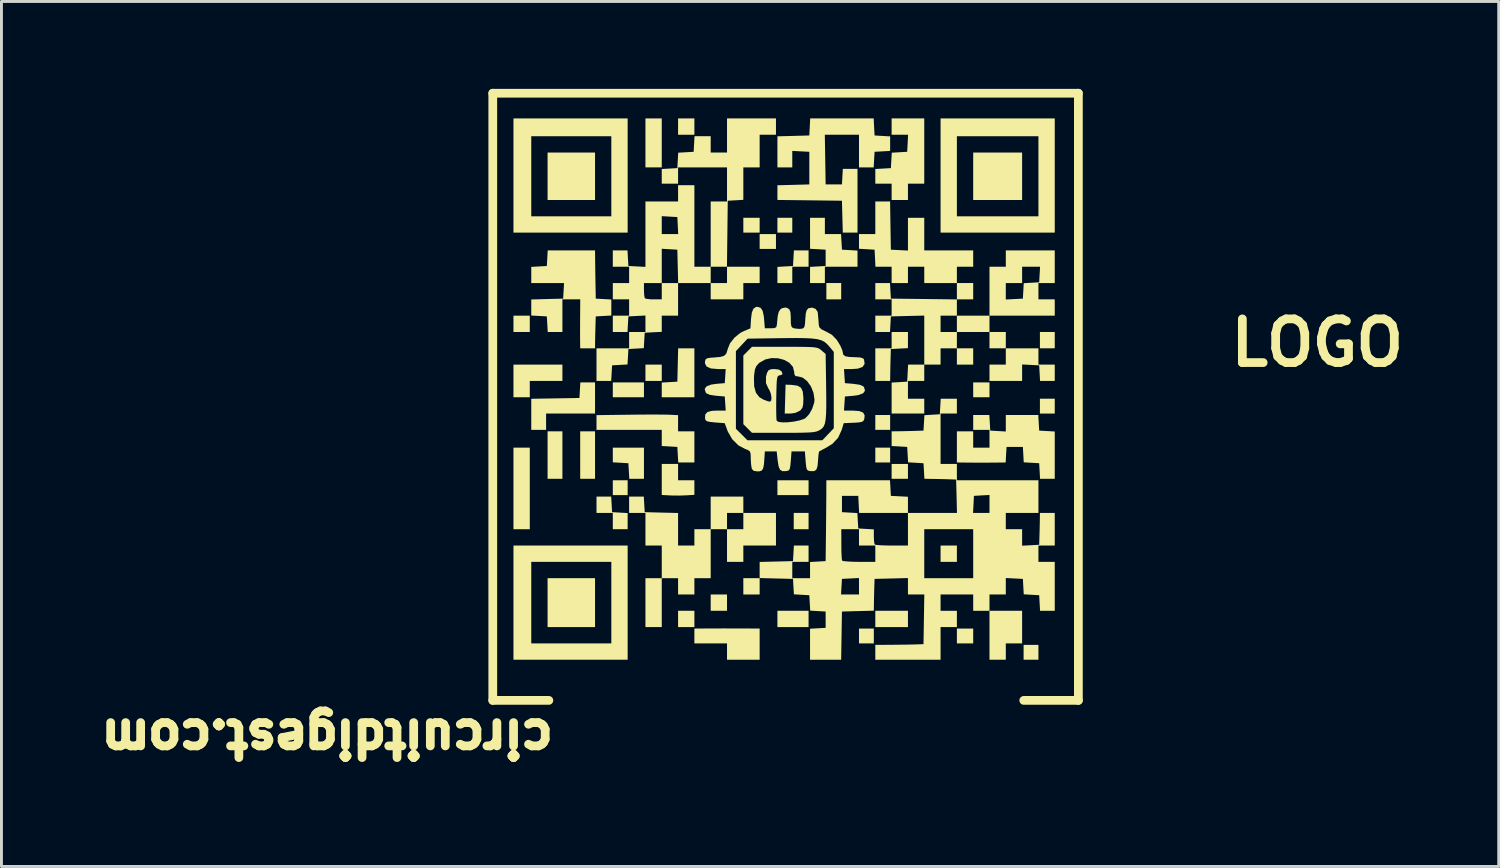
<source format=kicad_pcb>
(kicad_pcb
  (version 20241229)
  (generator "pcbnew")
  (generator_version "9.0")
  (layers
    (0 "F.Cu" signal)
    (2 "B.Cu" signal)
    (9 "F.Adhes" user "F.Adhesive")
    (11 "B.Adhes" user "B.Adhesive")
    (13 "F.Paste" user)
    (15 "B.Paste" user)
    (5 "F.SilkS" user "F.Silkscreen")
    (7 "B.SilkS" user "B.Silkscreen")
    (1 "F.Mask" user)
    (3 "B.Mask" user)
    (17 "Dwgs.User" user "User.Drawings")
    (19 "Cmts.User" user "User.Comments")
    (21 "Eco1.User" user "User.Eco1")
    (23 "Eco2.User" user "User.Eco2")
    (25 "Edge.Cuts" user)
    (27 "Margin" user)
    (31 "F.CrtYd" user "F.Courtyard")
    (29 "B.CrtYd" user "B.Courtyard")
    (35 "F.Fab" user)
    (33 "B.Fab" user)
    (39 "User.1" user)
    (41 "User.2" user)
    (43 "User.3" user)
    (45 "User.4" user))
  (footprint "LOGO"
    (layer "F.Cu")
    (at 23.889 10.89)
    (property "Reference" "LOGO" (at 18.275 -2.173 0) (layer "F.SilkS") (effects (font (size 1.5 1.5) (thickness 0.3))))
    (attr board_only exclude_from_pos_files exclude_from_bom)
    (fp_line (start -10.025 -10.74) (end -10.025 10.1) (stroke (width 0.3) (type solid)) (layer "F.SilkS"))
    (fp_line (start -10.025 -10.74) (end 10.075 -10.74) (stroke (width 0.3) (type solid)) (layer "F.SilkS"))
    (fp_line (start -10.025 10.1) (end -8.1 10.1) (stroke (width 0.3) (type solid)) (layer "F.SilkS"))
    (fp_line (start 10.075 -10.74) (end 10.075 10.1) (stroke (width 0.3) (type solid)) (layer "F.SilkS"))
    (fp_line (start 10.075 10.1) (end 8.2 10.1) (stroke (width 0.3) (type solid)) (layer "F.SilkS"))
    (fp_poly (pts (xy -8.755 -2.825) (xy -8.755 -2.545) (xy -9.035 -2.545) (xy -9.315 -2.545) (xy -9.315 -2.825) (xy -9.315 -3.105) (xy -9.035 -3.105) (xy -8.755 -3.105)) (stroke (width 0) (type solid)) (fill yes) (layer "F.SilkS"))
    (fp_poly (pts (xy -8.755 2.825) (xy -8.755 4.225) (xy -9.035 4.225) (xy -9.315 4.225) (xy -9.315 2.825) (xy -9.315 1.425) (xy -9.035 1.425) (xy -8.755 1.425)) (stroke (width 0) (type solid)) (fill yes) (layer "F.SilkS"))
    (fp_poly (pts (xy -7.635 1.68) (xy -7.635 2.494) (xy -7.89 2.494) (xy -8.144 2.494) (xy -8.144 1.68) (xy -8.144 0.865) (xy -7.89 0.865) (xy -7.635 0.865)) (stroke (width 0) (type solid)) (fill yes) (layer "F.SilkS"))
    (fp_poly (pts (xy -6.515 -7.89) (xy -6.515 -7.075) (xy -7.33 -7.075) (xy -8.144 -7.075) (xy -8.144 -7.89) (xy -8.144 -8.704) (xy -7.33 -8.704) (xy -6.515 -8.704)) (stroke (width 0) (type solid)) (fill yes) (layer "F.SilkS"))
    (fp_poly (pts (xy -6.515 1.68) (xy -6.515 2.494) (xy -6.77 2.494) (xy -7.024 2.494) (xy -7.024 1.68) (xy -7.024 0.865) (xy -6.77 0.865) (xy -6.515 0.865)) (stroke (width 0) (type solid)) (fill yes) (layer "F.SilkS"))
    (fp_poly (pts (xy -6.515 6.744) (xy -6.515 7.584) (xy -7.33 7.584) (xy -8.144 7.584) (xy -8.144 6.744) (xy -8.144 5.905) (xy -7.33 5.905) (xy -6.515 5.905)) (stroke (width 0) (type solid)) (fill yes) (layer "F.SilkS"))
    (fp_poly (pts (xy -5.396 2.8) (xy -5.396 3.054) (xy -5.65 3.054) (xy -5.905 3.054) (xy -5.905 2.8) (xy -5.905 2.545) (xy -5.65 2.545) (xy -5.396 2.545)) (stroke (width 0) (type solid)) (fill yes) (layer "F.SilkS"))
    (fp_poly (pts (xy -4.836 -0.56) (xy -4.836 -0.305) (xy -5.37 -0.305) (xy -5.905 -0.305) (xy -5.905 -0.56) (xy -5.905 -0.814) (xy -5.37 -0.814) (xy -4.836 -0.814)) (stroke (width 0) (type solid)) (fill yes) (layer "F.SilkS"))
    (fp_poly (pts (xy -4.225 -9.035) (xy -4.225 -8.195) (xy -4.505 -8.195) (xy -4.785 -8.195) (xy -4.785 -9.035) (xy -4.785 -9.875) (xy -4.505 -9.875) (xy -4.225 -9.875)) (stroke (width 0) (type solid)) (fill yes) (layer "F.SilkS"))
    (fp_poly (pts (xy -4.225 -1.145) (xy -4.225 -0.865) (xy -4.505 -0.865) (xy -4.785 -0.865) (xy -4.785 -1.145) (xy -4.785 -1.425) (xy -4.505 -1.425) (xy -4.225 -1.425)) (stroke (width 0) (type solid)) (fill yes) (layer "F.SilkS"))
    (fp_poly (pts (xy -3.105 -9.595) (xy -3.105 -9.315) (xy -3.385 -9.315) (xy -3.665 -9.315) (xy -3.665 -9.595) (xy -3.665 -9.875) (xy -3.385 -9.875) (xy -3.105 -9.875)) (stroke (width 0) (type solid)) (fill yes) (layer "F.SilkS"))
    (fp_poly (pts (xy -3.105 7.304) (xy -3.105 7.584) (xy -3.385 7.584) (xy -3.665 7.584) (xy -3.665 7.304) (xy -3.665 7.024) (xy -3.385 7.024) (xy -3.105 7.024)) (stroke (width 0) (type solid)) (fill yes) (layer "F.SilkS"))
    (fp_poly (pts (xy -1.985 6.744) (xy -1.985 7.024) (xy -2.265 7.024) (xy -2.545 7.024) (xy -2.545 6.744) (xy -2.545 6.465) (xy -2.265 6.465) (xy -1.985 6.465)) (stroke (width 0) (type solid)) (fill yes) (layer "F.SilkS"))
    (fp_poly (pts (xy -0.865 -6.21) (xy -0.865 -5.956) (xy -1.145 -5.956) (xy -1.425 -5.956) (xy -1.425 -6.21) (xy -1.425 -6.465) (xy -1.145 -6.465) (xy -0.865 -6.465)) (stroke (width 0) (type solid)) (fill yes) (layer "F.SilkS"))
    (fp_poly (pts (xy -0.865 6.183) (xy -0.865 6.465) (xy -1.145 6.465) (xy -1.425 6.465) (xy -1.425 6.185) (xy -1.425 5.905) (xy -1.145 5.905) (xy -0.865 5.905)) (stroke (width 0) (type solid)) (fill yes) (layer "F.SilkS"))
    (fp_poly (pts (xy -0.305 -5.65) (xy -0.305 -5.396) (xy -0.585 -5.396) (xy -0.865 -5.396) (xy -0.865 -5.65) (xy -0.865 -5.905) (xy -0.585 -5.905) (xy -0.305 -5.905)) (stroke (width 0) (type solid)) (fill yes) (layer "F.SilkS"))
    (fp_poly (pts (xy 0.255 -6.21) (xy 0.255 -5.956) (xy 0 -5.956) (xy -0.255 -5.956) (xy -0.255 -6.21) (xy -0.255 -6.465) (xy 0 -6.465) (xy 0.255 -6.465)) (stroke (width 0) (type solid)) (fill yes) (layer "F.SilkS"))
    (fp_poly (pts (xy 0.814 2.8) (xy 0.814 3.054) (xy 0.28 3.054) (xy -0.255 3.054) (xy -0.255 2.8) (xy -0.255 2.545) (xy 0.28 2.545) (xy 0.814 2.545)) (stroke (width 0) (type solid)) (fill yes) (layer "F.SilkS"))
    (fp_poly (pts (xy 0.814 3.945) (xy 0.814 4.225) (xy 0.56 4.225) (xy 0.305 4.225) (xy 0.305 3.945) (xy 0.305 3.665) (xy 0.56 3.665) (xy 0.814 3.665)) (stroke (width 0) (type solid)) (fill yes) (layer "F.SilkS"))
    (fp_poly (pts (xy 0.814 7.304) (xy 0.814 7.584) (xy 0.28 7.584) (xy -0.255 7.584) (xy -0.255 7.304) (xy -0.255 7.024) (xy 0.28 7.024) (xy 0.814 7.024)) (stroke (width 0) (type solid)) (fill yes) (layer "F.SilkS"))
    (fp_poly (pts (xy 1.934 -3.945) (xy 1.934 -3.665) (xy 1.68 -3.665) (xy 1.425 -3.665) (xy 1.425 -3.945) (xy 1.425 -4.225) (xy 1.68 -4.225) (xy 1.934 -4.225)) (stroke (width 0) (type solid)) (fill yes) (layer "F.SilkS"))
    (fp_poly (pts (xy 3.054 7.89) (xy 3.054 8.144) (xy 2.8 8.144) (xy 2.545 8.144) (xy 2.545 7.89) (xy 2.545 7.635) (xy 2.8 7.635) (xy 3.054 7.635)) (stroke (width 0) (type solid)) (fill yes) (layer "F.SilkS"))
    (fp_poly (pts (xy 3.614 0.56) (xy 3.614 0.814) (xy 3.36 0.814) (xy 3.105 0.814) (xy 3.105 0.56) (xy 3.105 0.305) (xy 3.36 0.305) (xy 3.614 0.305)) (stroke (width 0) (type solid)) (fill yes) (layer "F.SilkS"))
    (fp_poly (pts (xy 3.614 1.68) (xy 3.614 1.934) (xy 3.36 1.934) (xy 3.105 1.934) (xy 3.105 1.68) (xy 3.105 1.425) (xy 3.36 1.425) (xy 3.614 1.425)) (stroke (width 0) (type solid)) (fill yes) (layer "F.SilkS"))
    (fp_poly (pts (xy 4.225 2.24) (xy 4.225 2.494) (xy 3.945 2.494) (xy 3.665 2.494) (xy 3.665 2.24) (xy 3.665 1.985) (xy 3.945 1.985) (xy 4.225 1.985)) (stroke (width 0) (type solid)) (fill yes) (layer "F.SilkS"))
    (fp_poly (pts (xy 4.225 7.304) (xy 4.225 7.584) (xy 3.665 7.584) (xy 3.105 7.584) (xy 3.105 7.304) (xy 3.105 7.024) (xy 3.665 7.024) (xy 4.225 7.024)) (stroke (width 0) (type solid)) (fill yes) (layer "F.SilkS"))
    (fp_poly (pts (xy 5.905 5.065) (xy 5.905 5.345) (xy 5.625 5.345) (xy 5.345 5.345) (xy 5.345 5.065) (xy 5.345 4.785) (xy 5.625 4.785) (xy 5.905 4.785)) (stroke (width 0) (type solid)) (fill yes) (layer "F.SilkS"))
    (fp_poly (pts (xy 6.465 -3.945) (xy 6.465 -3.665) (xy 6.185 -3.665) (xy 5.905 -3.665) (xy 5.905 -3.944) (xy 5.905 -4.225) (xy 6.185 -4.225) (xy 6.465 -4.225)) (stroke (width 0) (type solid)) (fill yes) (layer "F.SilkS"))
    (fp_poly (pts (xy 6.465 -1.705) (xy 6.465 -1.425) (xy 6.185 -1.425) (xy 5.905 -1.425) (xy 5.905 -1.705) (xy 5.905 -1.985) (xy 6.185 -1.985) (xy 6.465 -1.985)) (stroke (width 0) (type solid)) (fill yes) (layer "F.SilkS"))
    (fp_poly (pts (xy 6.465 7.89) (xy 6.465 8.144) (xy 6.185 8.144) (xy 5.905 8.144) (xy 5.905 7.89) (xy 5.905 7.635) (xy 6.185 7.635) (xy 6.465 7.635)) (stroke (width 0) (type solid)) (fill yes) (layer "F.SilkS"))
    (fp_poly (pts (xy 7.024 -0.56) (xy 7.024 -0.305) (xy 6.744 -0.305) (xy 6.465 -0.305) (xy 6.465 -0.56) (xy 6.465 -0.814) (xy 6.744 -0.814) (xy 7.024 -0.814)) (stroke (width 0) (type solid)) (fill yes) (layer "F.SilkS"))
    (fp_poly (pts (xy 7.584 -2.265) (xy 7.584 -1.985) (xy 7.304 -1.985) (xy 7.024 -1.985) (xy 7.024 -2.265) (xy 7.024 -2.545) (xy 7.304 -2.545) (xy 7.584 -2.545)) (stroke (width 0) (type solid)) (fill yes) (layer "F.SilkS"))
    (fp_poly (pts (xy 8.144 -7.89) (xy 8.144 -7.075) (xy 7.304 -7.075) (xy 6.465 -7.075) (xy 6.465 -7.89) (xy 6.465 -8.704) (xy 7.304 -8.704) (xy 8.144 -8.704)) (stroke (width 0) (type solid)) (fill yes) (layer "F.SilkS"))
    (fp_poly (pts (xy 8.704 8.45) (xy 8.704 8.704) (xy 8.45 8.704) (xy 8.195 8.704) (xy 8.195 8.45) (xy 8.195 8.195) (xy 8.45 8.195) (xy 8.704 8.195)) (stroke (width 0) (type solid)) (fill yes) (layer "F.SilkS"))
    (fp_poly (pts (xy 9.264 -2.265) (xy 9.264 -1.985) (xy 9.01 -1.985) (xy 8.755 -1.985) (xy 8.755 -2.265) (xy 8.755 -2.545) (xy 9.01 -2.545) (xy 9.264 -2.545)) (stroke (width 0) (type solid)) (fill yes) (layer "F.SilkS"))
    (fp_poly (pts (xy 9.264 0) (xy 9.264 0.255) (xy 9.01 0.255) (xy 8.755 0.255) (xy 8.755 0) (xy 8.755 -0.255) (xy 9.01 -0.255) (xy 9.264 -0.255)) (stroke (width 0) (type solid)) (fill yes) (layer "F.SilkS"))
    (fp_poly (pts (xy -7.635 -1.145) (xy -7.635 -0.865) (xy -8.195 -0.865) (xy -8.755 -0.865) (xy -8.755 -0.585) (xy -8.755 -0.305) (xy -9.035 -0.305) (xy -9.315 -0.305) (xy -9.315 -0.865) (xy -9.315 -1.425) (xy -8.475 -1.425) (xy -7.635 -1.425)) (stroke (width 0) (type solid)) (fill yes) (layer "F.SilkS"))
    (fp_poly (pts (xy -4.836 1.96) (xy -4.836 2.494) (xy -5.088 2.494) (xy -5.339 2.494) (xy -5.355 2.227) (xy -5.37 1.96) (xy -5.637 1.944) (xy -5.905 1.929) (xy -5.905 1.677) (xy -5.905 1.425) (xy -5.37 1.425) (xy -4.836 1.425)) (stroke (width 0) (type solid)) (fill yes) (layer "F.SilkS"))
    (fp_poly (pts (xy -3.105 -1.145) (xy -3.105 -0.305) (xy -3.665 -0.305) (xy -4.225 -0.305) (xy -4.225 -0.557) (xy -4.225 -0.809) (xy -3.958 -0.824) (xy -3.69 -0.84) (xy -3.676 -1.413) (xy -3.662 -1.985) (xy -3.383 -1.985) (xy -3.105 -1.985)) (stroke (width 0) (type solid)) (fill yes) (layer "F.SilkS"))
    (fp_poly (pts (xy 8.144 7.584) (xy 8.144 8.144) (xy 7.864 8.144) (xy 7.584 8.144) (xy 7.584 8.424) (xy 7.584 8.704) (xy 7.304 8.704) (xy 7.024 8.704) (xy 7.024 7.864) (xy 7.024 7.024) (xy 7.584 7.024) (xy 8.144 7.024)) (stroke (width 0) (type solid)) (fill yes) (layer "F.SilkS"))
    (fp_poly (pts (xy -3.665 2.265) (xy -3.665 2.545) (xy -3.385 2.545) (xy -3.105 2.545) (xy -3.105 2.795) (xy -3.105 3.045) (xy -3.398 3.062) (xy -3.623 3.07) (xy -3.86 3.068) (xy -3.958 3.064) (xy -4.225 3.049) (xy -4.225 2.517) (xy -4.225 1.985) (xy -3.945 1.985) (xy -3.665 1.985)) (stroke (width 0) (type solid)) (fill yes) (layer "F.SilkS"))
    (fp_poly (pts (xy 0.25 -0.728) (xy 0.437 -0.701) (xy 0.554 -0.631) (xy 0.616 -0.499) (xy 0.636 -0.29) (xy 0.636 -0.248) (xy 0.63 -0.066) (xy 0.605 0.048) (xy 0.553 0.125) (xy 0.516 0.157) (xy 0.359 0.232) (xy 0.196 0.255) (xy -0.004 0.255) (xy 0.011 -0.242) (xy 0.025 -0.738)) (stroke (width 0) (type solid)) (fill yes) (layer "F.SilkS"))
    (fp_poly (pts (xy -6.515 -0.28) (xy -6.515 0.255) (xy -7.355 0.255) (xy -8.195 0.255) (xy -8.195 0.534) (xy -8.195 0.814) (xy -8.45 0.814) (xy -8.704 0.814) (xy -8.704 0.281) (xy -8.704 -0.252) (xy -7.877 -0.266) (xy -7.05 -0.28) (xy -7.035 -0.547) (xy -7.019 -0.814) (xy -6.767 -0.814) (xy -6.515 -0.814)) (stroke (width 0) (type solid)) (fill yes) (layer "F.SilkS"))
    (fp_poly (pts (xy -5.945 3.372) (xy -5.93 3.639) (xy -5.663 3.655) (xy -5.396 3.67) (xy -5.396 3.948) (xy -5.396 4.225) (xy -5.65 4.225) (xy -5.905 4.225) (xy -5.905 3.945) (xy -5.905 3.665) (xy -6.185 3.665) (xy -6.465 3.665) (xy -6.465 3.385) (xy -6.465 3.105) (xy -6.213 3.105) (xy -5.961 3.105)) (stroke (width 0) (type solid)) (fill yes) (layer "F.SilkS"))
    (fp_poly (pts (xy 0.814 -5.065) (xy 0.814 -4.785) (xy 0.534 -4.785) (xy 0.255 -4.785) (xy 0.255 -4.505) (xy 0.255 -4.225) (xy 0 -4.225) (xy -0.255 -4.225) (xy -0.255 -4.502) (xy -0.255 -4.779) (xy 0.013 -4.795) (xy 0.28 -4.81) (xy 0.295 -5.077) (xy 0.311 -5.345) (xy 0.563 -5.345) (xy 0.814 -5.345)) (stroke (width 0) (type solid)) (fill yes) (layer "F.SilkS"))
    (fp_poly (pts (xy -5.396 -7.915) (xy -5.396 -5.956) (xy -7.355 -5.956) (xy -9.315 -5.956) (xy -9.315 -7.915) (xy -9.315 -9.264) (xy -8.704 -9.264) (xy -8.704 -7.89) (xy -8.704 -6.515) (xy -7.33 -6.515) (xy -5.956 -6.515) (xy -5.956 -7.89) (xy -5.956 -9.264) (xy -7.33 -9.264) (xy -8.704 -9.264) (xy -9.315 -9.264) (xy -9.315 -9.875) (xy -7.355 -9.875) (xy -5.396 -9.875)) (stroke (width 0) (type solid)) (fill yes) (layer "F.SilkS"))
    (fp_poly (pts (xy -5.396 6.744) (xy -5.396 8.704) (xy -7.355 8.704) (xy -9.315 8.704) (xy -9.315 6.744) (xy -9.315 5.345) (xy -8.704 5.345) (xy -8.704 6.744) (xy -8.704 8.144) (xy -7.33 8.144) (xy -5.956 8.144) (xy -5.956 6.744) (xy -5.956 5.345) (xy -7.33 5.345) (xy -8.704 5.345) (xy -9.315 5.345) (xy -9.315 4.785) (xy -7.355 4.785) (xy -5.396 4.785)) (stroke (width 0) (type solid)) (fill yes) (layer "F.SilkS"))
    (fp_poly (pts (xy -1.789 7.631) (xy -1.495 7.631) (xy -1.25 7.632) (xy -1.133 7.633) (xy -0.865 7.635) (xy -0.865 8.17) (xy -0.865 8.704) (xy -1.425 8.704) (xy -1.985 8.704) (xy -1.985 8.424) (xy -1.985 8.144) (xy -2.545 8.144) (xy -3.105 8.144) (xy -3.105 7.89) (xy -3.105 7.635) (xy -2.863 7.633) (xy -2.671 7.632) (xy -2.408 7.631) (xy -2.104 7.63)) (stroke (width 0) (type solid)) (fill yes) (layer "F.SilkS"))
    (fp_poly (pts (xy 4.225 -2.268) (xy 4.225 -1.99) (xy 3.932 -1.975) (xy 3.639 -1.96) (xy 3.63 -1.68) (xy 3.624 -1.455) (xy 3.619 -1.217) (xy 3.618 -1.133) (xy 3.614 -0.865) (xy 3.36 -0.865) (xy 3.105 -0.865) (xy 3.105 -1.425) (xy 3.105 -1.985) (xy 3.385 -1.985) (xy 3.665 -1.985) (xy 3.665 -2.265) (xy 3.665 -2.545) (xy 3.945 -2.545) (xy 4.225 -2.545)) (stroke (width 0) (type solid)) (fill yes) (layer "F.SilkS"))
    (fp_poly (pts (xy 9.264 -7.915) (xy 9.264 -5.956) (xy 7.304 -5.956) (xy 5.345 -5.956) (xy 5.345 -7.915) (xy 5.345 -9.264) (xy 5.905 -9.264) (xy 5.905 -7.89) (xy 5.905 -6.515) (xy 7.304 -6.515) (xy 8.704 -6.515) (xy 8.704 -7.89) (xy 8.704 -9.264) (xy 7.304 -9.264) (xy 5.905 -9.264) (xy 5.345 -9.264) (xy 5.345 -9.875) (xy 7.304 -9.875) (xy 9.264 -9.875)) (stroke (width 0) (type solid)) (fill yes) (layer "F.SilkS"))
    (fp_poly (pts (xy 8.704 -1.705) (xy 8.704 -1.425) (xy 8.984 -1.425) (xy 9.264 -1.425) (xy 9.264 -1.145) (xy 9.264 -0.865) (xy 9.012 -0.865) (xy 8.76 -0.865) (xy 8.745 -1.133) (xy 8.73 -1.4) (xy 8.437 -1.415) (xy 8.144 -1.43) (xy 8.144 -1.148) (xy 8.144 -0.865) (xy 7.584 -0.865) (xy 7.024 -0.865) (xy 7.024 -1.145) (xy 7.024 -1.425) (xy 7.304 -1.425) (xy 7.584 -1.425) (xy 7.584 -1.705) (xy 7.584 -1.985) (xy 8.144 -1.985) (xy 8.704 -1.985)) (stroke (width 0) (type solid)) (fill yes) (layer "F.SilkS"))
    (fp_poly (pts (xy -4.147 0.291) (xy -3.985 0.294) (xy -3.958 0.295) (xy -3.665 0.31) (xy -3.665 0.588) (xy -3.665 0.865) (xy -3.385 0.865) (xy -3.105 0.865) (xy -3.105 1.4) (xy -3.105 1.934) (xy -3.382 1.934) (xy -3.66 1.934) (xy -3.675 1.667) (xy -3.69 1.4) (xy -3.958 1.384) (xy -4.225 1.369) (xy -4.225 1.092) (xy -4.225 0.814) (xy -5.345 0.814) (xy -6.465 0.814) (xy -6.465 0.562) (xy -6.465 0.309) (xy -5.357 0.295) (xy -5.011 0.291) (xy -4.68 0.289) (xy -4.386 0.289)) (stroke (width 0) (type solid)) (fill yes) (layer "F.SilkS"))
    (fp_poly (pts (xy 1.374 -6.185) (xy 1.374 -5.905) (xy 1.652 -5.905) (xy 1.929 -5.905) (xy 1.944 -5.637) (xy 1.96 -5.37) (xy 2.227 -5.355) (xy 2.494 -5.339) (xy 2.494 -5.062) (xy 2.494 -4.785) (xy 1.934 -4.785) (xy 1.374 -4.785) (xy 1.374 -4.505) (xy 1.374 -4.225) (xy 1.12 -4.225) (xy 0.865 -4.225) (xy 0.865 -4.502) (xy 0.865 -4.779) (xy 1.133 -4.795) (xy 1.4 -4.81) (xy 1.4 -5.09) (xy 1.4 -5.37) (xy 1.133 -5.386) (xy 0.865 -5.401) (xy 0.865 -5.933) (xy 0.865 -6.465) (xy 1.12 -6.465) (xy 1.374 -6.465)) (stroke (width 0) (type solid)) (fill yes) (layer "F.SilkS"))
    (fp_poly (pts (xy 4.785 -8.755) (xy 4.785 -7.635) (xy 4.505 -7.635) (xy 4.225 -7.635) (xy 4.225 -7.355) (xy 4.225 -7.075) (xy 3.945 -7.075) (xy 3.665 -7.075) (xy 3.665 -7.355) (xy 3.665 -7.635) (xy 3.385 -7.635) (xy 3.105 -7.635) (xy 3.105 -7.887) (xy 3.105 -8.139) (xy 3.372 -8.154) (xy 3.639 -8.17) (xy 3.655 -8.434) (xy 3.67 -8.699) (xy 3.935 -8.714) (xy 4.199 -8.73) (xy 4.215 -9.022) (xy 4.23 -9.315) (xy 3.947 -9.315) (xy 3.665 -9.315) (xy 3.665 -9.595) (xy 3.665 -9.875) (xy 4.225 -9.875) (xy 4.785 -9.875)) (stroke (width 0) (type solid)) (fill yes) (layer "F.SilkS"))
    (fp_poly (pts (xy 3.625 -6.197) (xy 3.639 -5.37) (xy 3.932 -5.355) (xy 4.225 -5.34) (xy 4.225 -5.902) (xy 4.225 -6.465) (xy 4.505 -6.465) (xy 4.785 -6.465) (xy 4.785 -5.905) (xy 4.785 -5.345) (xy 5.625 -5.345) (xy 6.465 -5.345) (xy 6.465 -5.065) (xy 6.465 -4.785) (xy 6.185 -4.785) (xy 5.905 -4.785) (xy 5.905 -4.505) (xy 5.905 -4.225) (xy 5.345 -4.225) (xy 4.785 -4.225) (xy 4.785 -4.505) (xy 4.785 -4.785) (xy 4.505 -4.785) (xy 4.225 -4.785) (xy 4.225 -4.505) (xy 4.225 -4.225) (xy 3.945 -4.225) (xy 3.665 -4.225) (xy 3.665 -4.505) (xy 3.665 -4.785) (xy 3.388 -4.785) (xy 3.11 -4.785) (xy 3.095 -5.077) (xy 3.08 -5.37) (xy 2.812 -5.386) (xy 2.545 -5.401) (xy 2.545 -5.653) (xy 2.545 -5.905) (xy 2.825 -5.905) (xy 3.105 -5.905) (xy 3.105 -6.465) (xy 3.105 -7.024) (xy 3.358 -7.024) (xy 3.612 -7.024)) (stroke (width 0) (type solid)) (fill yes) (layer "F.SilkS"))
    (fp_poly (pts (xy 7.035 0.573) (xy 7.05 0.84) (xy 7.317 0.855) (xy 7.584 0.871) (xy 7.584 0.588) (xy 7.584 0.305) (xy 8.142 0.305) (xy 8.699 0.305) (xy 8.714 0.573) (xy 8.73 0.84) (xy 8.997 0.855) (xy 9.264 0.871) (xy 9.264 1.682) (xy 9.264 2.494) (xy 9.012 2.494) (xy 8.76 2.494) (xy 8.745 2.227) (xy 8.73 1.96) (xy 8.465 1.944) (xy 8.2 1.929) (xy 8.185 1.664) (xy 8.17 1.4) (xy 7.89 1.4) (xy 7.61 1.4) (xy 7.594 1.667) (xy 7.579 1.934) (xy 7.327 1.937) (xy 7.126 1.939) (xy 6.892 1.94) (xy 6.77 1.94) (xy 6.54 1.94) (xy 6.296 1.938) (xy 6.185 1.937) (xy 5.905 1.934) (xy 5.905 1.4) (xy 5.905 0.865) (xy 6.185 0.865) (xy 6.465 0.865) (xy 6.465 1.145) (xy 6.465 1.425) (xy 6.744 1.425) (xy 7.024 1.425) (xy 7.024 1.12) (xy 7.024 0.814) (xy 6.744 0.814) (xy 6.465 0.814) (xy 6.465 0.56) (xy 6.465 0.305) (xy 6.742 0.305) (xy 7.019 0.305)) (stroke (width 0) (type solid)) (fill yes) (layer "F.SilkS"))
    (fp_poly (pts (xy -6.512 -5.077) (xy -6.51 -4.912) (xy -6.507 -4.68) (xy -6.503 -4.418) (xy -6.5 -4.25) (xy -6.49 -3.69) (xy -6.223 -3.675) (xy -5.956 -3.66) (xy -5.956 -3.385) (xy -5.956 -3.11) (xy -6.223 -3.095) (xy -6.49 -3.08) (xy -6.499 -2.8) (xy -6.505 -2.575) (xy -6.511 -2.337) (xy -6.512 -2.252) (xy -6.515 -1.985) (xy -6.77 -1.985) (xy -7.024 -1.985) (xy -7.028 -2.252) (xy -7.029 -2.417) (xy -7.029 -2.648) (xy -7.028 -2.911) (xy -7.027 -3.092) (xy -7.023 -3.665) (xy -7.329 -3.665) (xy -7.635 -3.665) (xy -7.635 -3.105) (xy -7.635 -2.545) (xy -7.887 -2.545) (xy -8.139 -2.545) (xy -8.154 -2.812) (xy -8.17 -3.08) (xy -8.437 -3.095) (xy -8.704 -3.11) (xy -8.704 -3.386) (xy -8.704 -3.661) (xy -8.157 -3.676) (xy -7.61 -3.69) (xy -7.594 -3.958) (xy -7.579 -4.225) (xy -8.142 -4.225) (xy -8.704 -4.225) (xy -8.704 -4.502) (xy -8.704 -4.779) (xy -8.437 -4.795) (xy -8.17 -4.81) (xy -8.154 -5.077) (xy -8.139 -5.345) (xy -7.327 -5.345) (xy -6.515 -5.345)) (stroke (width 0) (type solid)) (fill yes) (layer "F.SilkS"))
    (fp_poly (pts (xy 3.064 -9.582) (xy 3.08 -9.29) (xy 3.347 -9.274) (xy 3.614 -9.259) (xy 3.614 -9.01) (xy 3.614 -8.76) (xy 3.347 -8.745) (xy 3.08 -8.73) (xy 3.064 -8.462) (xy 3.049 -8.195) (xy 2.797 -8.195) (xy 2.545 -8.195) (xy 2.545 -8.755) (xy 2.545 -9.315) (xy 1.958 -9.315) (xy 1.372 -9.315) (xy 1.386 -8.462) (xy 1.4 -7.61) (xy 1.68 -7.61) (xy 1.96 -7.61) (xy 1.975 -7.877) (xy 1.99 -8.144) (xy 2.242 -8.144) (xy 2.494 -8.144) (xy 2.494 -7.05) (xy 2.494 -5.956) (xy 2.241 -5.956) (xy 1.989 -5.956) (xy 1.974 -6.503) (xy 1.96 -7.05) (xy 0.853 -7.064) (xy -0.255 -7.077) (xy -0.255 -7.329) (xy -0.255 -7.581) (xy 0.293 -7.595) (xy 0.84 -7.61) (xy 0.84 -8.17) (xy 0.84 -8.73) (xy 0.547 -8.745) (xy 0.255 -8.76) (xy 0.255 -8.478) (xy 0.255 -8.195) (xy 0 -8.195) (xy -0.255 -8.195) (xy -0.255 -8.728) (xy -0.255 -9.261) (xy 0.293 -9.275) (xy 0.84 -9.29) (xy 0.855 -9.582) (xy 0.87 -9.875) (xy 1.96 -9.875) (xy 3.049 -9.875)) (stroke (width 0) (type solid)) (fill yes) (layer "F.SilkS"))
    (fp_poly (pts (xy -4.826 3.372) (xy -4.81 3.639) (xy -4.238 3.654) (xy -3.665 3.668) (xy -3.665 4.227) (xy -3.665 4.785) (xy -3.385 4.785) (xy -3.105 4.785) (xy -3.105 4.505) (xy -3.105 4.225) (xy -2.825 4.225) (xy -2.545 4.225) (xy -2.545 3.665) (xy -2.545 3.105) (xy -1.985 3.105) (xy -1.425 3.105) (xy -1.425 3.385) (xy -1.425 3.665) (xy -1.705 3.665) (xy -1.985 3.665) (xy -1.985 3.945) (xy -1.985 4.225) (xy -1.705 4.225) (xy -1.425 4.225) (xy -1.425 3.945) (xy -1.425 3.665) (xy -0.865 3.665) (xy -0.305 3.665) (xy -0.305 4.225) (xy -0.305 4.785) (xy -0.865 4.785) (xy -1.425 4.785) (xy -1.425 5.065) (xy -1.425 5.345) (xy -1.705 5.345) (xy -1.985 5.345) (xy -1.985 4.785) (xy -1.985 4.225) (xy -2.265 4.225) (xy -2.545 4.225) (xy -2.545 5.065) (xy -2.545 5.905) (xy -2.825 5.905) (xy -3.105 5.905) (xy -3.105 6.185) (xy -3.105 6.465) (xy -3.385 6.465) (xy -3.665 6.465) (xy -3.665 6.185) (xy -3.665 5.905) (xy -3.945 5.905) (xy -4.225 5.905) (xy -4.225 6.744) (xy -4.225 7.584) (xy -4.505 7.584) (xy -4.785 7.584) (xy -4.785 6.744) (xy -4.785 5.905) (xy -4.505 5.905) (xy -4.225 5.905) (xy -4.225 5.345) (xy -4.225 4.785) (xy -4.505 4.785) (xy -4.785 4.785) (xy -4.785 4.225) (xy -4.785 3.665) (xy -5.065 3.665) (xy -5.345 3.665) (xy -5.345 3.385) (xy -5.345 3.105) (xy -5.093 3.105) (xy -4.841 3.105)) (stroke (width 0) (type solid)) (fill yes) (layer "F.SilkS"))
    (fp_poly (pts (xy 0.359 -2.036) (xy 0.636 -2.034) (xy 0.841 -2.029) (xy 0.986 -2.021) (xy 1.085 -2.006) (xy 1.154 -1.985) (xy 1.205 -1.955) (xy 1.254 -1.916) (xy 1.257 -1.913) (xy 1.4 -1.791) (xy 1.416 -0.755) (xy 1.421 -0.332) (xy 1.422 0.001) (xy 1.416 0.257) (xy 1.401 0.448) (xy 1.377 0.586) (xy 1.341 0.683) (xy 1.292 0.751) (xy 1.228 0.803) (xy 1.205 0.817) (xy 1.143 0.85) (xy 1.07 0.875) (xy 0.971 0.893) (xy 0.831 0.904) (xy 0.635 0.911) (xy 0.37 0.915) (xy 0.02 0.916) (xy -0.042 0.916) (xy -1.128 0.916) (xy -1.276 0.767) (xy -1.425 0.619) (xy -1.425 -0.56) (xy -1.425 -0.975) (xy -1.06 -0.975) (xy -1.053 -0.678) (xy -0.992 -0.458) (xy -0.872 -0.304) (xy -0.736 -0.225) (xy -0.608 -0.177) (xy -0.519 -0.153) (xy -0.511 -0.153) (xy -0.467 -0.194) (xy -0.459 -0.297) (xy -0.481 -0.428) (xy -0.531 -0.553) (xy -0.56 -0.597) (xy -0.648 -0.788) (xy -0.648 -1.014) (xy -0.612 -1.142) (xy -0.562 -1.229) (xy -0.477 -1.266) (xy -0.359 -1.273) (xy -0.203 -1.255) (xy -0.116 -1.195) (xy -0.104 -1.174) (xy -0.08 -1.097) (xy -0.136 -1.065) (xy -0.166 -1.06) (xy -0.21 -1.05) (xy -0.242 -1.024) (xy -0.263 -0.966) (xy -0.277 -0.86) (xy -0.285 -0.692) (xy -0.291 -0.444) (xy -0.294 -0.308) (xy -0.297 -0.04) (xy -0.296 0.195) (xy -0.292 0.377) (xy -0.284 0.484) (xy -0.28 0.501) (xy -0.215 0.541) (xy -0.079 0.558) (xy 0.102 0.554) (xy 0.302 0.532) (xy 0.492 0.494) (xy 0.647 0.444) (xy 0.71 0.409) (xy 0.834 0.277) (xy 0.94 0.087) (xy 1.006 -0.114) (xy 1.018 -0.217) (xy 0.984 -0.455) (xy 0.896 -0.676) (xy 0.766 -0.858) (xy 0.611 -0.979) (xy 0.461 -1.018) (xy 0.363 -1.032) (xy 0.326 -1.097) (xy 0.322 -1.171) (xy 0.277 -1.347) (xy 0.156 -1.487) (xy -0.021 -1.587) (xy -0.233 -1.643) (xy -0.458 -1.649) (xy -0.676 -1.601) (xy -0.866 -1.494) (xy -0.91 -1.455) (xy -0.984 -1.364) (xy -1.027 -1.256) (xy -1.051 -1.096) (xy -1.06 -0.975) (xy -1.425 -0.975) (xy -1.425 -1.738) (xy -1.276 -1.887) (xy -1.128 -2.036) (xy -0.007 -2.036)) (stroke (width 0) (type solid)) (fill yes) (layer "F.SilkS"))
    (fp_poly (pts (xy 9.264 -4.785) (xy 9.264 -4.225) (xy 8.984 -4.225) (xy 8.704 -4.225) (xy 8.704 -3.945) (xy 8.704 -3.665) (xy 8.984 -3.665) (xy 9.264 -3.665) (xy 9.264 -3.385) (xy 9.264 -3.105) (xy 8.144 -3.105) (xy 7.024 -3.105) (xy 7.024 -2.825) (xy 7.024 -2.545) (xy 6.465 -2.545) (xy 5.905 -2.545) (xy 5.905 -2.265) (xy 5.905 -1.985) (xy 5.625 -1.985) (xy 5.345 -1.985) (xy 5.345 -1.705) (xy 5.345 -1.425) (xy 5.065 -1.425) (xy 4.785 -1.425) (xy 4.785 -1.145) (xy 4.785 -0.865) (xy 4.505 -0.865) (xy 4.225 -0.865) (xy 4.225 -0.56) (xy 4.225 -0.255) (xy 4.505 -0.255) (xy 4.785 -0.255) (xy 4.785 0) (xy 4.785 0.255) (xy 4.225 0.255) (xy 3.665 0.255) (xy 3.665 -0.277) (xy 3.665 -0.809) (xy 3.932 -0.824) (xy 4.199 -0.84) (xy 4.215 -1.133) (xy 4.23 -1.425) (xy 4.507 -1.425) (xy 4.785 -1.425) (xy 4.785 -2.267) (xy 4.785 -3.105) (xy 5.345 -3.105) (xy 5.345 -2.825) (xy 5.345 -2.545) (xy 5.625 -2.545) (xy 5.905 -2.545) (xy 5.905 -2.825) (xy 5.905 -3.105) (xy 5.625 -3.105) (xy 5.345 -3.105) (xy 4.785 -3.105) (xy 4.785 -3.108) (xy 4.212 -3.094) (xy 3.639 -3.08) (xy 3.624 -2.812) (xy 3.609 -2.545) (xy 3.357 -2.545) (xy 3.105 -2.545) (xy 3.105 -2.825) (xy 3.105 -3.105) (xy 3.385 -3.105) (xy 3.665 -3.105) (xy 3.665 -3.385) (xy 3.665 -3.665) (xy 3.385 -3.665) (xy 3.105 -3.665) (xy 3.105 -3.945) (xy 3.105 -4.225) (xy 3.357 -4.225) (xy 3.609 -4.225) (xy 3.624 -3.958) (xy 3.639 -3.69) (xy 4.772 -3.677) (xy 5.905 -3.663) (xy 5.905 -3.385) (xy 5.905 -3.105) (xy 6.465 -3.105) (xy 7.024 -3.105) (xy 7.024 -3.66) (xy 7.584 -3.66) (xy 7.877 -3.675) (xy 8.17 -3.69) (xy 8.185 -3.955) (xy 8.2 -4.22) (xy 8.465 -4.235) (xy 8.73 -4.25) (xy 8.745 -4.518) (xy 8.76 -4.785) (xy 8.452 -4.785) (xy 8.144 -4.785) (xy 8.144 -4.505) (xy 8.144 -4.225) (xy 7.864 -4.225) (xy 7.584 -4.225) (xy 7.584 -3.942) (xy 7.584 -3.66) (xy 7.024 -3.66) (xy 7.024 -3.945) (xy 7.024 -4.785) (xy 7.304 -4.785) (xy 7.584 -4.785) (xy 7.584 -5.065) (xy 7.584 -5.345) (xy 8.424 -5.345) (xy 9.264 -5.345)) (stroke (width 0) (type solid)) (fill yes) (layer "F.SilkS"))
    (fp_poly (pts (xy -0.305 -9.595) (xy -0.305 -9.315) (xy -0.585 -9.315) (xy -0.865 -9.315) (xy -0.865 -8.755) (xy -0.865 -8.195) (xy -1.145 -8.195) (xy -1.425 -8.195) (xy -1.425 -7.638) (xy -1.425 -7.081) (xy -1.692 -7.065) (xy -1.96 -7.05) (xy -1.973 -5.917) (xy -1.987 -4.785) (xy -2.265 -4.785) (xy -2.545 -4.785) (xy -2.545 -4.505) (xy -2.545 -4.225) (xy -2.265 -4.225) (xy -1.985 -4.225) (xy -1.985 -4.505) (xy -1.985 -4.785) (xy -1.426 -4.785) (xy -0.865 -4.785) (xy -0.865 -4.505) (xy -0.865 -4.225) (xy -1.145 -4.225) (xy -1.425 -4.225) (xy -1.425 -3.945) (xy -1.425 -3.665) (xy -1.985 -3.665) (xy -2.545 -3.665) (xy -2.545 -3.945) (xy -2.545 -4.225) (xy -3.105 -4.225) (xy -3.662 -4.225) (xy -3.676 -4.797) (xy -3.69 -5.37) (xy -3.958 -5.386) (xy -4.225 -5.401) (xy -4.225 -4.813) (xy -4.225 -4.225) (xy -4.53 -4.225) (xy -4.836 -4.225) (xy -4.836 -3.979) (xy -4.829 -3.828) (xy -4.813 -3.723) (xy -4.802 -3.699) (xy -4.735 -3.68) (xy -4.602 -3.667) (xy -4.496 -3.665) (xy -4.225 -3.665) (xy -4.225 -3.945) (xy -4.225 -4.225) (xy -3.943 -4.225) (xy -3.665 -4.225) (xy -3.665 -3.665) (xy -3.665 -3.105) (xy -3.945 -3.105) (xy -4.225 -3.105) (xy -4.225 -2.828) (xy -4.225 -2.55) (xy -4.518 -2.535) (xy -4.81 -2.52) (xy -4.826 -2.255) (xy -4.841 -1.99) (xy -5.105 -1.975) (xy -5.37 -1.96) (xy -5.385 -1.695) (xy -5.401 -1.43) (xy -5.665 -1.415) (xy -5.93 -1.4) (xy -5.945 -1.133) (xy -5.961 -0.865) (xy -6.213 -0.865) (xy -6.465 -0.865) (xy -6.465 -1.425) (xy -6.465 -1.985) (xy -5.905 -1.985) (xy -5.345 -1.985) (xy -5.345 -2.265) (xy -5.345 -2.545) (xy -5.065 -2.545) (xy -4.785 -2.545) (xy -4.785 -2.828) (xy -4.785 -3.11) (xy -5.077 -3.095) (xy -5.37 -3.08) (xy -5.386 -2.812) (xy -5.401 -2.545) (xy -5.653 -2.545) (xy -5.905 -2.545) (xy -5.905 -2.825) (xy -5.905 -3.105) (xy -5.625 -3.105) (xy -5.345 -3.105) (xy -5.345 -3.385) (xy -5.345 -3.665) (xy -5.625 -3.665) (xy -5.905 -3.665) (xy -5.905 -3.945) (xy -5.905 -4.225) (xy -5.625 -4.225) (xy -5.345 -4.225) (xy -5.345 -4.505) (xy -5.345 -4.785) (xy -5.625 -4.785) (xy -5.905 -4.785) (xy -5.905 -5.065) (xy -5.905 -5.345) (xy -5.653 -5.345) (xy -5.401 -5.345) (xy -5.386 -5.077) (xy -5.37 -4.81) (xy -5.077 -4.795) (xy -4.785 -4.78) (xy -4.785 -5.902) (xy -4.785 -6.521) (xy -4.225 -6.521) (xy -4.225 -6.213) (xy -4.225 -5.905) (xy -3.942 -5.905) (xy -3.66 -5.905) (xy -3.675 -6.197) (xy -3.69 -6.49) (xy -3.958 -6.505) (xy -4.225 -6.521) (xy -4.785 -6.521) (xy -4.785 -7.024) (xy -4.225 -7.024) (xy -3.665 -7.024) (xy -3.665 -7.304) (xy -3.665 -7.584) (xy -3.385 -7.584) (xy -3.105 -7.584) (xy -3.105 -6.185) (xy -3.105 -4.785) (xy -2.825 -4.785) (xy -2.545 -4.785) (xy -2.545 -5.905) (xy -2.545 -7.024) (xy -2.265 -7.024) (xy -1.985 -7.024) (xy -1.985 -7.61) (xy -1.985 -8.195) (xy -2.825 -8.195) (xy -3.665 -8.195) (xy -3.665 -7.915) (xy -3.665 -7.635) (xy -3.945 -7.635) (xy -4.225 -7.635) (xy -4.225 -7.887) (xy -4.225 -8.139) (xy -3.958 -8.154) (xy -3.69 -8.17) (xy -3.675 -8.434) (xy -3.66 -8.699) (xy -3.395 -8.714) (xy -3.13 -8.73) (xy -3.115 -8.997) (xy -3.1 -9.264) (xy -2.822 -9.264) (xy -2.545 -9.264) (xy -2.545 -8.984) (xy -2.545 -8.704) (xy -2.265 -8.704) (xy -1.985 -8.704) (xy -1.985 -9.29) (xy -1.985 -9.875) (xy -1.145 -9.875) (xy -0.305 -9.875)) (stroke (width 0) (type solid)) (fill yes) (layer "F.SilkS"))
    (fp_poly (pts (xy -0.835 -3.377) (xy -0.764 -3.275) (xy -0.723 -3.09) (xy -0.713 -2.992) (xy -0.687 -2.672) (xy -0.484 -2.672) (xy -0.353 -2.678) (xy -0.293 -2.714) (xy -0.271 -2.809) (xy -0.266 -2.876) (xy -0.244 -3.098) (xy -0.208 -3.241) (xy -0.149 -3.326) (xy -0.101 -3.36) (xy 0.029 -3.386) (xy 0.102 -3.36) (xy 0.161 -3.31) (xy 0.192 -3.224) (xy 0.203 -3.074) (xy 0.204 -3.002) (xy 0.207 -2.832) (xy 0.225 -2.737) (xy 0.266 -2.69) (xy 0.326 -2.669) (xy 0.476 -2.651) (xy 0.567 -2.655) (xy 0.634 -2.674) (xy 0.672 -2.723) (xy 0.692 -2.827) (xy 0.702 -2.99) (xy 0.718 -3.178) (xy 0.748 -3.289) (xy 0.8 -3.351) (xy 0.817 -3.361) (xy 0.942 -3.382) (xy 1.059 -3.335) (xy 1.125 -3.237) (xy 1.129 -3.218) (xy 1.147 -3.022) (xy 1.159 -2.877) (xy 1.164 -2.794) (xy 1.186 -2.704) (xy 1.259 -2.635) (xy 1.405 -2.563) (xy 1.416 -2.559) (xy 1.613 -2.45) (xy 1.768 -2.291) (xy 1.823 -2.212) (xy 1.913 -2.058) (xy 1.972 -1.92) (xy 1.985 -1.855) (xy 2.005 -1.767) (xy 2.075 -1.713) (xy 2.213 -1.687) (xy 2.417 -1.68) (xy 2.593 -1.67) (xy 2.688 -1.638) (xy 2.718 -1.599) (xy 2.738 -1.45) (xy 2.667 -1.346) (xy 2.505 -1.287) (xy 2.31 -1.273) (xy 2.03 -1.273) (xy 2.046 -1.031) (xy 2.062 -0.789) (xy 2.362 -0.764) (xy 2.567 -0.734) (xy 2.686 -0.683) (xy 2.718 -0.649) (xy 2.751 -0.531) (xy 2.688 -0.441) (xy 2.531 -0.381) (xy 2.362 -0.356) (xy 2.062 -0.331) (xy 2.046 -0.089) (xy 2.03 0.153) (xy 2.332 0.153) (xy 2.554 0.169) (xy 2.687 0.222) (xy 2.739 0.318) (xy 2.729 0.43) (xy 2.703 0.498) (xy 2.652 0.537) (xy 2.552 0.558) (xy 2.376 0.57) (xy 2.359 0.57) (xy 2.021 0.585) (xy 1.952 0.814) (xy 1.83 1.083) (xy 1.637 1.291) (xy 1.418 1.427) (xy 1.285 1.496) (xy 1.196 1.545) (xy 1.176 1.558) (xy 1.162 1.614) (xy 1.148 1.742) (xy 1.14 1.865) (xy 1.121 2.064) (xy 1.082 2.179) (xy 1.012 2.229) (xy 0.896 2.232) (xy 0.884 2.231) (xy 0.805 2.216) (xy 0.759 2.179) (xy 0.734 2.094) (xy 0.717 1.939) (xy 0.713 1.883) (xy 0.687 1.553) (xy 0.458 1.553) (xy 0.229 1.553) (xy 0.204 1.883) (xy 0.187 2.062) (xy 0.165 2.162) (xy 0.126 2.21) (xy 0.057 2.228) (xy 0.032 2.231) (xy -0.088 2.23) (xy -0.166 2.182) (xy -0.214 2.069) (xy -0.245 1.875) (xy -0.248 1.849) (xy -0.28 1.553) (xy -0.484 1.553) (xy -0.687 1.553) (xy -0.701 1.782) (xy -0.718 2) (xy -0.744 2.135) (xy -0.789 2.208) (xy -0.864 2.236) (xy -0.937 2.24) (xy -1.064 2.223) (xy -1.126 2.162) (xy -1.139 2.125) (xy -1.158 2.004) (xy -1.169 1.836) (xy -1.17 1.773) (xy -1.176 1.626) (xy -1.206 1.547) (xy -1.283 1.499) (xy -1.355 1.474) (xy -1.597 1.345) (xy -1.805 1.137) (xy -1.956 0.876) (xy -1.97 0.84) (xy -1.994 0.776) (xy -1.68 0.776) (xy -1.482 0.973) (xy -1.285 1.171) (xy 0.002 1.171) (xy 1.288 1.171) (xy 1.484 0.965) (xy 1.68 0.759) (xy 1.68 -0.55) (xy 1.68 -1.86) (xy 1.524 -2.049) (xy 1.442 -2.139) (xy 1.355 -2.21) (xy 1.248 -2.262) (xy 1.109 -2.299) (xy 0.924 -2.322) (xy 0.681 -2.334) (xy 0.366 -2.338) (xy -0.035 -2.334) (xy -0.144 -2.333) (xy -1.28 -2.316) (xy -1.48 -2.102) (xy -1.68 -1.887) (xy -1.68 -0.556) (xy -1.68 0.776) (xy -1.994 0.776) (xy -2.064 0.585) (xy -2.394 0.56) (xy -2.573 0.542) (xy -2.675 0.518) (xy -2.723 0.478) (xy -2.74 0.417) (xy -2.732 0.286) (xy -2.657 0.203) (xy -2.503 0.161) (xy -2.332 0.153) (xy -2.03 0.153) (xy -2.046 -0.089) (xy -2.062 -0.331) (xy -2.362 -0.356) (xy -2.567 -0.386) (xy -2.686 -0.436) (xy -2.718 -0.471) (xy -2.751 -0.589) (xy -2.688 -0.679) (xy -2.531 -0.739) (xy -2.362 -0.764) (xy -2.062 -0.789) (xy -2.046 -1.031) (xy -2.03 -1.273) (xy -2.304 -1.273) (xy -2.539 -1.294) (xy -2.684 -1.358) (xy -2.742 -1.467) (xy -2.741 -1.53) (xy -2.722 -1.6) (xy -2.673 -1.639) (xy -2.569 -1.66) (xy -2.42 -1.67) (xy -2.212 -1.689) (xy -2.083 -1.728) (xy -2.01 -1.803) (xy -1.97 -1.926) (xy -1.965 -1.95) (xy -1.883 -2.155) (xy -1.728 -2.352) (xy -1.527 -2.514) (xy -1.406 -2.576) (xy -1.181 -2.669) (xy -1.161 -2.992) (xy -1.133 -3.212) (xy -1.079 -3.344) (xy -0.993 -3.403) (xy -0.942 -3.409)) (stroke (width 0) (type solid)) (fill yes) (layer "F.SilkS"))
    (fp_poly (pts (xy 5.905 0) (xy 5.905 0.255) (xy 5.625 0.255) (xy 5.345 0.255) (xy 5.345 1.12) (xy 5.345 1.985) (xy 5.625 1.985) (xy 5.905 1.985) (xy 5.905 2.265) (xy 5.905 2.545) (xy 7.304 2.545) (xy 8.704 2.545) (xy 8.704 3.105) (xy 8.704 3.665) (xy 8.144 3.665) (xy 7.584 3.665) (xy 7.584 3.945) (xy 7.584 4.225) (xy 7.864 4.225) (xy 8.144 4.225) (xy 8.144 4.507) (xy 8.144 4.79) (xy 8.437 4.775) (xy 8.73 4.759) (xy 8.739 4.479) (xy 8.745 4.255) (xy 8.75 4.017) (xy 8.752 3.932) (xy 8.755 3.665) (xy 9.01 3.665) (xy 9.264 3.665) (xy 9.264 4.225) (xy 9.264 4.785) (xy 8.984 4.785) (xy 8.704 4.785) (xy 8.704 5.065) (xy 8.704 5.345) (xy 8.984 5.345) (xy 9.264 5.345) (xy 9.264 6.185) (xy 9.264 7.024) (xy 9.012 7.024) (xy 8.76 7.024) (xy 8.745 6.757) (xy 8.73 6.49) (xy 8.465 6.475) (xy 8.2 6.459) (xy 8.185 6.195) (xy 8.17 5.93) (xy 7.877 5.915) (xy 7.584 5.9) (xy 7.584 6.182) (xy 7.584 6.465) (xy 7.304 6.465) (xy 7.024 6.465) (xy 7.024 6.744) (xy 7.024 7.024) (xy 6.744 7.024) (xy 6.465 7.024) (xy 6.465 6.744) (xy 6.465 6.465) (xy 5.905 6.465) (xy 5.345 6.465) (xy 5.345 6.744) (xy 5.345 7.024) (xy 5.625 7.024) (xy 5.905 7.024) (xy 5.905 7.304) (xy 5.905 7.584) (xy 5.625 7.584) (xy 5.345 7.584) (xy 5.345 8.144) (xy 5.345 8.704) (xy 4.225 8.704) (xy 3.105 8.704) (xy 3.105 8.45) (xy 3.105 8.195) (xy 3.652 8.192) (xy 3.914 8.189) (xy 4.172 8.186) (xy 4.388 8.181) (xy 4.479 8.179) (xy 4.759 8.17) (xy 4.773 7.317) (xy 4.787 6.465) (xy 4.506 6.465) (xy 4.225 6.465) (xy 4.225 6.183) (xy 4.225 5.901) (xy 3.652 5.916) (xy 3.08 5.93) (xy 3.07 6.21) (xy 3.064 6.434) (xy 3.059 6.671) (xy 3.058 6.755) (xy 3.054 7.021) (xy 2.507 7.035) (xy 1.96 7.05) (xy 1.946 7.877) (xy 1.932 8.704) (xy 1.399 8.704) (xy 0.865 8.704) (xy 0.865 8.172) (xy 0.865 7.641) (xy 1.133 7.625) (xy 1.4 7.61) (xy 1.4 7.33) (xy 1.4 7.05) (xy 1.135 7.035) (xy 0.87 7.019) (xy 0.855 6.755) (xy 0.84 6.49) (xy 0.575 6.475) (xy 0.4 6.465) (xy 1.929 6.465) (xy 2.237 6.465) (xy 2.545 6.465) (xy 2.545 6.182) (xy 2.545 5.9) (xy 2.252 5.915) (xy 1.96 5.93) (xy 1.944 6.197) (xy 1.929 6.465) (xy 0.4 6.465) (xy 0.311 6.459) (xy 0.295 6.195) (xy 0.28 5.93) (xy -0.293 5.916) (xy -0.865 5.901) (xy -0.865 5.626) (xy -0.865 5.348) (xy -0.293 5.334) (xy 0.28 5.319) (xy 0.295 5.052) (xy 0.311 4.785) (xy 0.563 4.785) (xy 0.814 4.785) (xy 0.814 5.065) (xy 0.814 5.345) (xy 0.534 5.345) (xy 0.255 5.345) (xy 0.255 5.625) (xy 0.255 5.905) (xy 0.56 5.905) (xy 0.865 5.905) (xy 0.865 5.627) (xy 0.865 5.35) (xy 1.133 5.335) (xy 1.4 5.319) (xy 1.41 4.479) (xy 1.413 4.225) (xy 1.938 4.225) (xy 1.939 4.743) (xy 1.941 4.964) (xy 1.948 5.147) (xy 1.958 5.268) (xy 1.965 5.303) (xy 2.024 5.32) (xy 2.162 5.333) (xy 2.358 5.342) (xy 2.548 5.345) (xy 3.105 5.345) (xy 3.105 5.065) (xy 3.105 4.785) (xy 2.825 4.785) (xy 2.545 4.785) (xy 2.545 4.505) (xy 2.545 4.225) (xy 2.242 4.225) (xy 1.938 4.225) (xy 1.413 4.225) (xy 1.414 4.142) (xy 1.417 3.789) (xy 1.42 3.455) (xy 1.422 3.174) (xy 1.423 3.092) (xy 1.423 3.08) (xy 1.96 3.08) (xy 1.96 3.36) (xy 1.96 3.639) (xy 2.224 3.655) (xy 2.489 3.67) (xy 2.504 3.935) (xy 2.52 4.199) (xy 2.787 4.215) (xy 3.054 4.23) (xy 3.054 4.474) (xy 3.061 4.624) (xy 3.077 4.728) (xy 3.088 4.751) (xy 3.15 4.765) (xy 3.291 4.776) (xy 3.489 4.783) (xy 3.673 4.785) (xy 4.225 4.785) (xy 4.225 4.225) (xy 4.785 4.225) (xy 4.785 5.065) (xy 4.785 5.905) (xy 5.625 5.905) (xy 6.465 5.905) (xy 6.465 5.065) (xy 6.465 4.225) (xy 5.625 4.225) (xy 4.785 4.225) (xy 4.225 4.225) (xy 4.225 3.665) (xy 3.388 3.665) (xy 2.55 3.665) (xy 2.535 3.372) (xy 2.52 3.08) (xy 2.24 3.08) (xy 1.96 3.08) (xy 1.423 3.08) (xy 1.425 2.545) (xy 2.517 2.545) (xy 3.609 2.545) (xy 3.624 2.812) (xy 3.639 3.08) (xy 3.932 3.095) (xy 4.225 3.11) (xy 4.225 3.388) (xy 4.225 3.665) (xy 5.066 3.665) (xy 5.908 3.665) (xy 6.459 3.665) (xy 6.742 3.665) (xy 7.024 3.665) (xy 7.024 3.357) (xy 7.024 3.049) (xy 6.757 3.064) (xy 6.49 3.08) (xy 6.475 3.372) (xy 6.459 3.665) (xy 5.908 3.665) (xy 5.894 3.092) (xy 5.879 2.52) (xy 5.599 2.51) (xy 5.375 2.504) (xy 5.139 2.499) (xy 5.055 2.498) (xy 4.79 2.494) (xy 4.775 2.227) (xy 4.759 1.96) (xy 4.495 1.944) (xy 4.23 1.929) (xy 4.215 1.664) (xy 4.199 1.4) (xy 3.932 1.384) (xy 3.665 1.369) (xy 3.665 1.117) (xy 3.665 0.865) (xy 3.932 0.862) (xy 4.152 0.858) (xy 4.392 0.852) (xy 4.479 0.849) (xy 4.759 0.84) (xy 4.775 0.575) (xy 4.79 0.311) (xy 5.055 0.295) (xy 5.319 0.28) (xy 5.335 0.013) (xy 5.35 -0.255) (xy 5.627 -0.255) (xy 5.905 -0.255)) (stroke (width 0) (type solid)) (fill yes) (layer "F.SilkS"))
    (fp_text user "circuitdigest.com" (at -7.8 10.7 180) (unlocked yes) (layer "F.SilkS") (effects (font (size 1.2 1.2) (thickness 0.3) (bold yes)) (justify left bottom))))
  (gr_rect
    (start -3 -3)
    (end 48.392 26.69)
    (stroke (width 0.1) (type default))
    (fill no)
    (layer "Edge.Cuts")))
</source>
